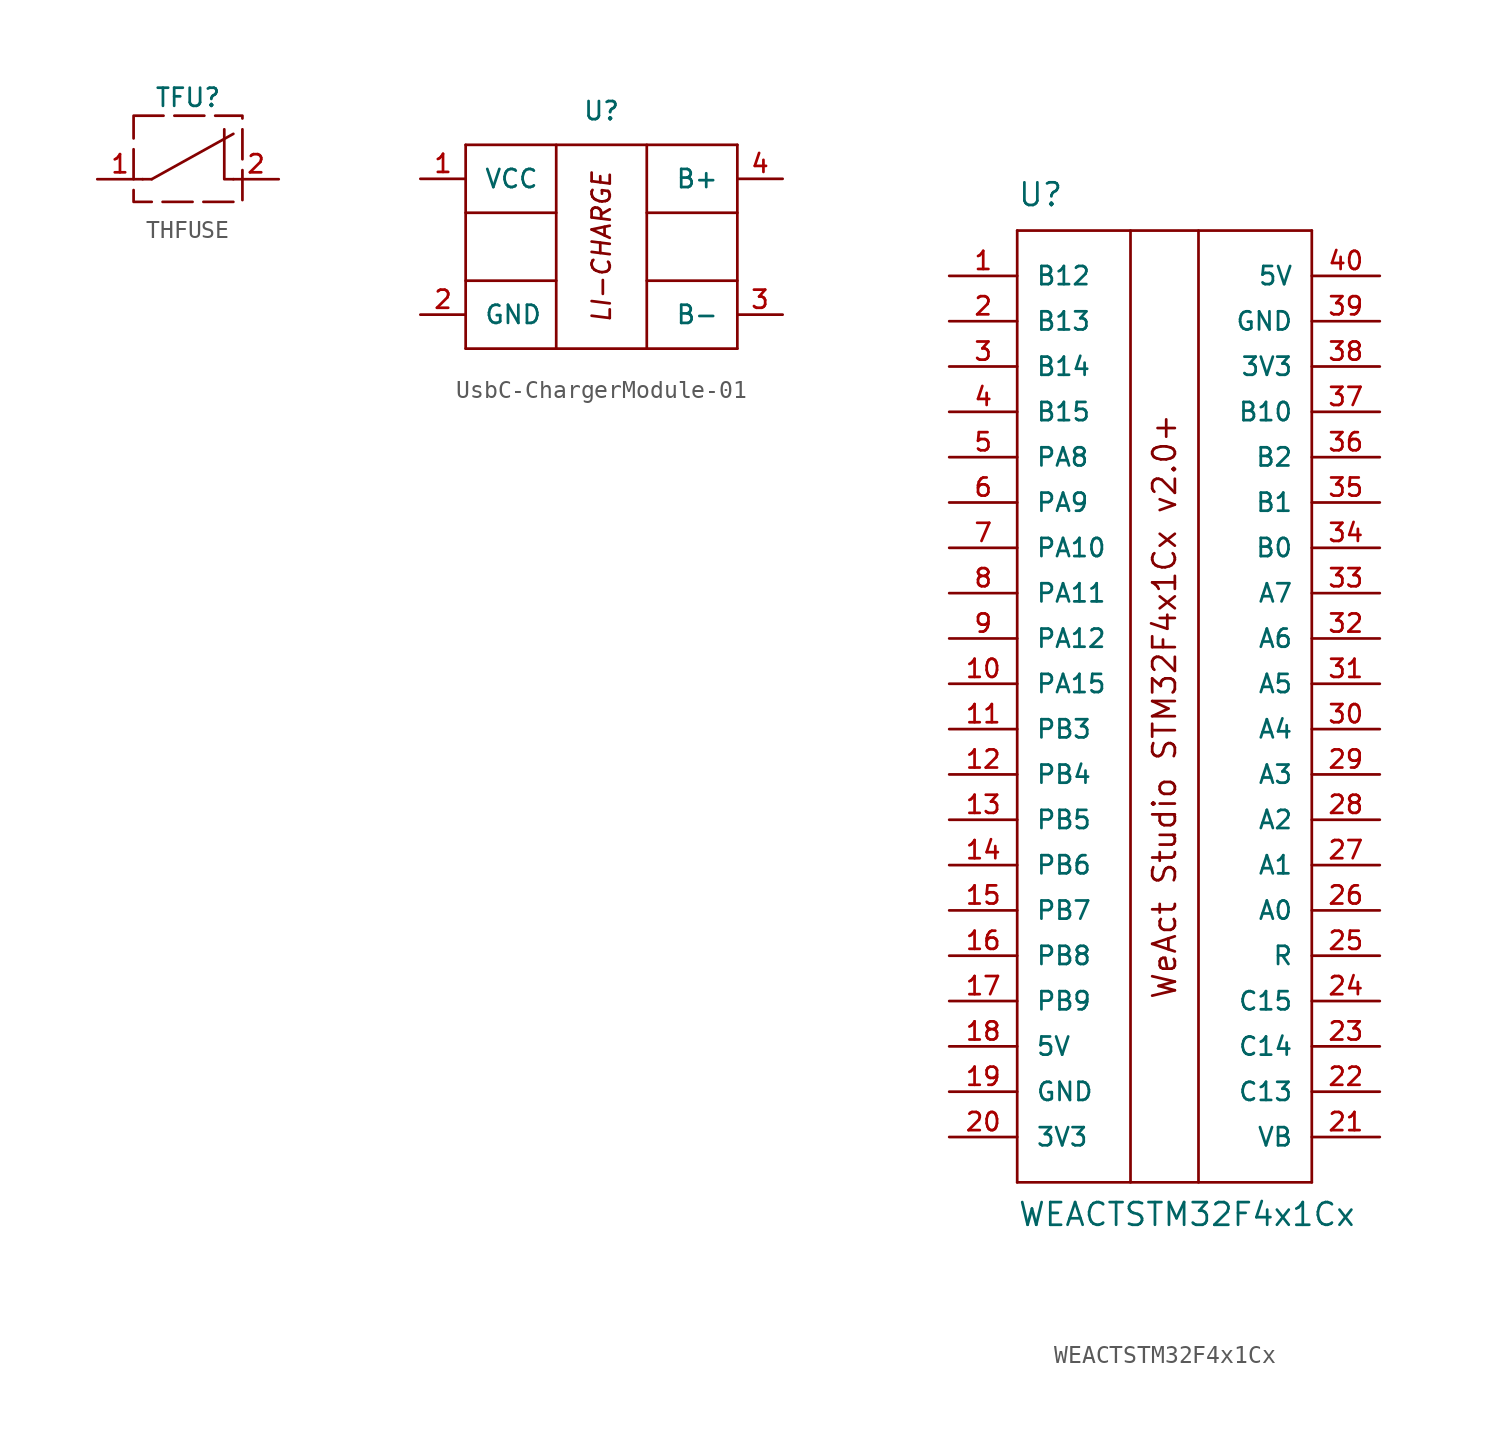
<source format=kicad_sym>
(kicad_symbol_lib
  (version 20241209)
  (generator "kicad_symbol_editor")
  (generator_version "9.0")
  (symbol "THFUSE"
    (pin_names
      (offset 0)
      (hide yes))
    (property "Reference" "TFU"
      (at 0 4.572 0)
      (effects (font (size 1.016 1.016))))
    (symbol "THFUSE_0_1"
      (polyline (pts (xy -2.032 0) (xy -2.54 0)) (stroke (width 0) (type default)) (fill (type none)))
      (polyline (pts (xy -2.032 0) (xy 2.54 2.54)) (stroke (width 0) (type default)) (fill (type none)))
      (polyline (pts (xy 2.54 0) (xy 2.032 0) (xy 2.032 2.794)) (stroke (width 0) (type default)) (fill (type none))))
    (symbol "THFUSE_1_1"
      (rectangle (start -3.048 3.556) (end 3.048 -1.27) (stroke (width 0) (type dash)) (fill (type none)))
      (pin passive line (at -5.08 0 0) (length 2.54) (name "~" (effects (font (size 1.016 1.016)))) (number "1" (effects (font (size 1.016 1.016)))))
      (pin passive line (at 5.08 0 180) (length 2.54) (name "~" (effects (font (size 1.016 1.016)))) (number "2" (effects (font (size 1.016 1.016)))))))
  (symbol "UsbC-ChargerModule-01"
    (pin_names
      (offset 1.016))
    (property "Reference" "U"
      (at 0 7.62 0)
      (effects (font (size 1.016 1.016))))
    (symbol "UsbC-ChargerModule-01_0_1"
      (polyline (pts (xy -7.62 1.905) (xy -2.54 1.905)) (stroke (width 0) (type default)) (fill (type none)))
      (polyline (pts (xy -7.62 -1.905) (xy -2.54 -1.905)) (stroke (width 0) (type default)) (fill (type none)))
      (polyline (pts (xy 2.54 1.905) (xy 7.62 1.905)) (stroke (width 0) (type default)) (fill (type none)))
      (polyline (pts (xy 2.54 -1.905) (xy 7.62 -1.905)) (stroke (width 0) (type default)) (fill (type none))))
    (symbol "UsbC-ChargerModule-01_1_1"
      (polyline (pts (xy -7.62 5.715) (xy -7.62 -5.715)) (stroke (width 0) (type default)) (fill (type none)))
      (polyline (pts (xy -7.62 5.715) (xy 7.62 5.715)) (stroke (width 0) (type default)) (fill (type none)))
      (polyline (pts (xy -7.62 -5.715) (xy 7.62 -5.715)) (stroke (width 0) (type default)) (fill (type none)))
      (polyline (pts (xy -2.54 5.715) (xy -2.54 -5.715)) (stroke (width 0) (type default)) (fill (type none)))
      (polyline (pts (xy 2.54 5.715) (xy 2.54 -5.715)) (stroke (width 0) (type default)) (fill (type none)))
      (polyline (pts (xy 7.62 5.715) (xy 7.62 -5.715)) (stroke (width 0) (type default)) (fill (type none)))
      (text "LI-CHARGE" (at 0 0 900) (effects (font (size 1.016 1.016) (italic yes))))
      (pin power_in line (at -10.16 3.81 0) (length 2.54) (name "VCC" (effects (font (size 1.016 1.016)))) (number "1" (effects (font (size 1.016 1.016)))))
      (pin power_in line (at -10.16 -3.81 0) (length 2.54) (name "GND" (effects (font (size 1.016 1.016)))) (number "2" (effects (font (size 1.016 1.016)))))
      (pin input line (at 10.16 3.81 180) (length 2.54) (name "B+" (effects (font (size 1.016 1.016)))) (number "4" (effects (font (size 1.016 1.016)))))
      (pin output line (at 10.16 -3.81 180) (length 2.54) (name "B-" (effects (font (size 1.016 1.016)))) (number "3" (effects (font (size 1.016 1.016)))))))
  (symbol "WEACTSTM32F4x1Cx"
    (pin_names
      (offset 1.016))
    (property "Reference" "U"
      (at -8.89 29.21 0)
      (effects (font (size 1.27 1.27)) (justify left bottom)))
    (property "Value" "WEACTSTM32F4x1Cx"
      (at -8.89 -27.94 0)
      (effects (font (size 1.27 1.27)) (justify left bottom)))
    (symbol "WEACTSTM32F4x1Cx_1_0"
      (pin bidirectional line (at -12.7 25.4 0) (length 3.81) (name "B12" (effects (font (size 1.016 1.016)))) (number "1" (effects (font (size 1.016 1.016)))) (alternate "PB12, 25, SMBA2, SCK3(F411), NSS2/NSS4, T1_BKIN" bidirectional line))
      (pin bidirectional line (at -12.7 22.86 0) (length 3.81) (name "B13" (effects (font (size 1.016 1.016)))) (number "2" (effects (font (size 1.016 1.016)))))
      (pin bidirectional line (at -12.7 20.32 0) (length 3.81) (name "B14" (effects (font (size 1.016 1.016)))) (number "3" (effects (font (size 1.016 1.016)))))
      (pin bidirectional line (at -12.7 17.78 0) (length 3.81) (name "B15" (effects (font (size 1.016 1.016)))) (number "4" (effects (font (size 1.016 1.016)))))
      (pin bidirectional line (at -12.7 15.24 0) (length 3.81) (name "PA8" (effects (font (size 1.016 1.016)))) (number "5" (effects (font (size 1.016 1.016)))))
      (pin bidirectional line (at -12.7 12.7 0) (length 3.81) (name "PA9" (effects (font (size 1.016 1.016)))) (number "6" (effects (font (size 1.016 1.016)))))
      (pin bidirectional line (at -12.7 10.16 0) (length 3.81) (name "PA10" (effects (font (size 1.016 1.016)))) (number "7" (effects (font (size 1.016 1.016)))))
      (pin bidirectional line (at -12.7 7.62 0) (length 3.81) (name "PA11" (effects (font (size 1.016 1.016)))) (number "8" (effects (font (size 1.016 1.016)))))
      (pin bidirectional line (at -12.7 5.08 0) (length 3.81) (name "PA12" (effects (font (size 1.016 1.016)))) (number "9" (effects (font (size 1.016 1.016)))))
      (pin bidirectional line (at -12.7 2.54 0) (length 3.81) (name "PA15" (effects (font (size 1.016 1.016)))) (number "10" (effects (font (size 1.016 1.016)))))
      (pin bidirectional line (at -12.7 0 0) (length 3.81) (name "PB3" (effects (font (size 1.016 1.016)))) (number "11" (effects (font (size 1.016 1.016)))))
      (pin bidirectional line (at -12.7 -2.54 0) (length 3.81) (name "PB4" (effects (font (size 1.016 1.016)))) (number "12" (effects (font (size 1.016 1.016)))))
      (pin bidirectional line (at -12.7 -5.08 0) (length 3.81) (name "PB5" (effects (font (size 1.016 1.016)))) (number "13" (effects (font (size 1.016 1.016)))))
      (pin bidirectional line (at -12.7 -7.62 0) (length 3.81) (name "PB6" (effects (font (size 1.016 1.016)))) (number "14" (effects (font (size 1.016 1.016)))))
      (pin bidirectional line (at -12.7 -10.16 0) (length 3.81) (name "PB7" (effects (font (size 1.016 1.016)))) (number "15" (effects (font (size 1.016 1.016)))))
      (pin bidirectional line (at -12.7 -12.7 0) (length 3.81) (name "PB8" (effects (font (size 1.016 1.016)))) (number "16" (effects (font (size 1.016 1.016)))))
      (pin bidirectional line (at -12.7 -15.24 0) (length 3.81) (name "PB9" (effects (font (size 1.016 1.016)))) (number "17" (effects (font (size 1.016 1.016)))))
      (pin power_out line (at -12.7 -17.78 0) (length 3.81) (name "5V" (effects (font (size 1.016 1.016)))) (number "18" (effects (font (size 1.016 1.016)))))
      (pin power_in line (at -12.7 -20.32 0) (length 3.81) (name "GND" (effects (font (size 1.016 1.016)))) (number "19" (effects (font (size 1.016 1.016)))))
      (pin power_out line (at -12.7 -22.86 0) (length 3.81) (name "3V3" (effects (font (size 1.016 1.016)))) (number "20" (effects (font (size 1.016 1.016)))))
      (pin power_out line (at 11.43 25.4 180) (length 3.81) (name "5V" (effects (font (size 1.016 1.016)))) (number "40" (effects (font (size 1.016 1.016)))))
      (pin power_out line (at 11.43 22.86 180) (length 3.81) (name "GND" (effects (font (size 1.016 1.016)))) (number "39" (effects (font (size 1.016 1.016)))))
      (pin power_in line (at 11.43 20.32 180) (length 3.81) (name "3V3" (effects (font (size 1.016 1.016)))) (number "38" (effects (font (size 1.016 1.016)))))
      (pin bidirectional line (at 11.43 17.78 180) (length 3.81) (name "B10" (effects (font (size 1.016 1.016)))) (number "37" (effects (font (size 1.016 1.016)))))
      (pin bidirectional line (at 11.43 15.24 180) (length 3.81) (name "B2" (effects (font (size 1.016 1.016)))) (number "36" (effects (font (size 1.016 1.016)))))
      (pin bidirectional line (at 11.43 12.7 180) (length 3.81) (name "B1" (effects (font (size 1.016 1.016)))) (number "35" (effects (font (size 1.016 1.016)))))
      (pin bidirectional line (at 11.43 10.16 180) (length 3.81) (name "B0" (effects (font (size 1.016 1.016)))) (number "34" (effects (font (size 1.016 1.016)))))
      (pin bidirectional line (at 11.43 7.62 180) (length 3.81) (name "A7" (effects (font (size 1.016 1.016)))) (number "33" (effects (font (size 1.016 1.016)))))
      (pin bidirectional line (at 11.43 5.08 180) (length 3.81) (name "A6" (effects (font (size 1.016 1.016)))) (number "32" (effects (font (size 1.016 1.016)))))
      (pin bidirectional line (at 11.43 2.54 180) (length 3.81) (name "A5" (effects (font (size 1.016 1.016)))) (number "31" (effects (font (size 1.016 1.016)))))
      (pin bidirectional line (at 11.43 0 180) (length 3.81) (name "A4" (effects (font (size 1.016 1.016)))) (number "30" (effects (font (size 1.016 1.016)))))
      (pin bidirectional line (at 11.43 -2.54 180) (length 3.81) (name "A3" (effects (font (size 1.016 1.016)))) (number "29" (effects (font (size 1.016 1.016)))))
      (pin bidirectional line (at 11.43 -5.08 180) (length 3.81) (name "A2" (effects (font (size 1.016 1.016)))) (number "28" (effects (font (size 1.016 1.016)))))
      (pin bidirectional line (at 11.43 -7.62 180) (length 3.81) (name "A1" (effects (font (size 1.016 1.016)))) (number "27" (effects (font (size 1.016 1.016)))))
      (pin bidirectional line (at 11.43 -10.16 180) (length 3.81) (name "A0" (effects (font (size 1.016 1.016)))) (number "26" (effects (font (size 1.016 1.016)))))
      (pin input line (at 11.43 -12.7 180) (length 3.81) (name "R" (effects (font (size 1.016 1.016)))) (number "25" (effects (font (size 1.016 1.016)))))
      (pin bidirectional line (at 11.43 -15.24 180) (length 3.81) (name "C15" (effects (font (size 1.016 1.016)))) (number "24" (effects (font (size 1.016 1.016)))))
      (pin bidirectional line (at 11.43 -17.78 180) (length 3.81) (name "C14" (effects (font (size 1.016 1.016)))) (number "23" (effects (font (size 1.016 1.016)))))
      (pin bidirectional line (at 11.43 -20.32 180) (length 3.81) (name "C13" (effects (font (size 1.016 1.016)))) (number "22" (effects (font (size 1.016 1.016)))))
      (pin power_out line (at 11.43 -22.86 180) (length 3.81) (name "VB" (effects (font (size 1.016 1.016)))) (number "21" (effects (font (size 1.016 1.016))))))
    (symbol "WEACTSTM32F4x1Cx_1_1"
      (polyline (pts (xy -8.89 27.94) (xy -8.89 -25.4)) (stroke (width 0) (type default)) (fill (type none)))
      (polyline (pts (xy -8.89 27.94) (xy 7.62 27.94)) (stroke (width 0) (type default)) (fill (type none)))
      (polyline (pts (xy -8.89 -25.4) (xy 7.62 -25.4)) (stroke (width 0) (type default)) (fill (type none)))
      (polyline (pts (xy -2.54 27.94) (xy -2.54 -25.4)) (stroke (width 0) (type default)) (fill (type none)))
      (polyline (pts (xy 1.27 27.94) (xy 1.27 -25.4)) (stroke (width 0) (type default)) (fill (type none)))
      (polyline (pts (xy 7.62 27.94) (xy 7.62 -25.4)) (stroke (width 0) (type default)) (fill (type none)))
      (text "WeAct Studio STM32F4x1Cx v2.0+" (at -0.635 1.27 900) (effects (font (size 1.27 1.27)))))))
</source>
